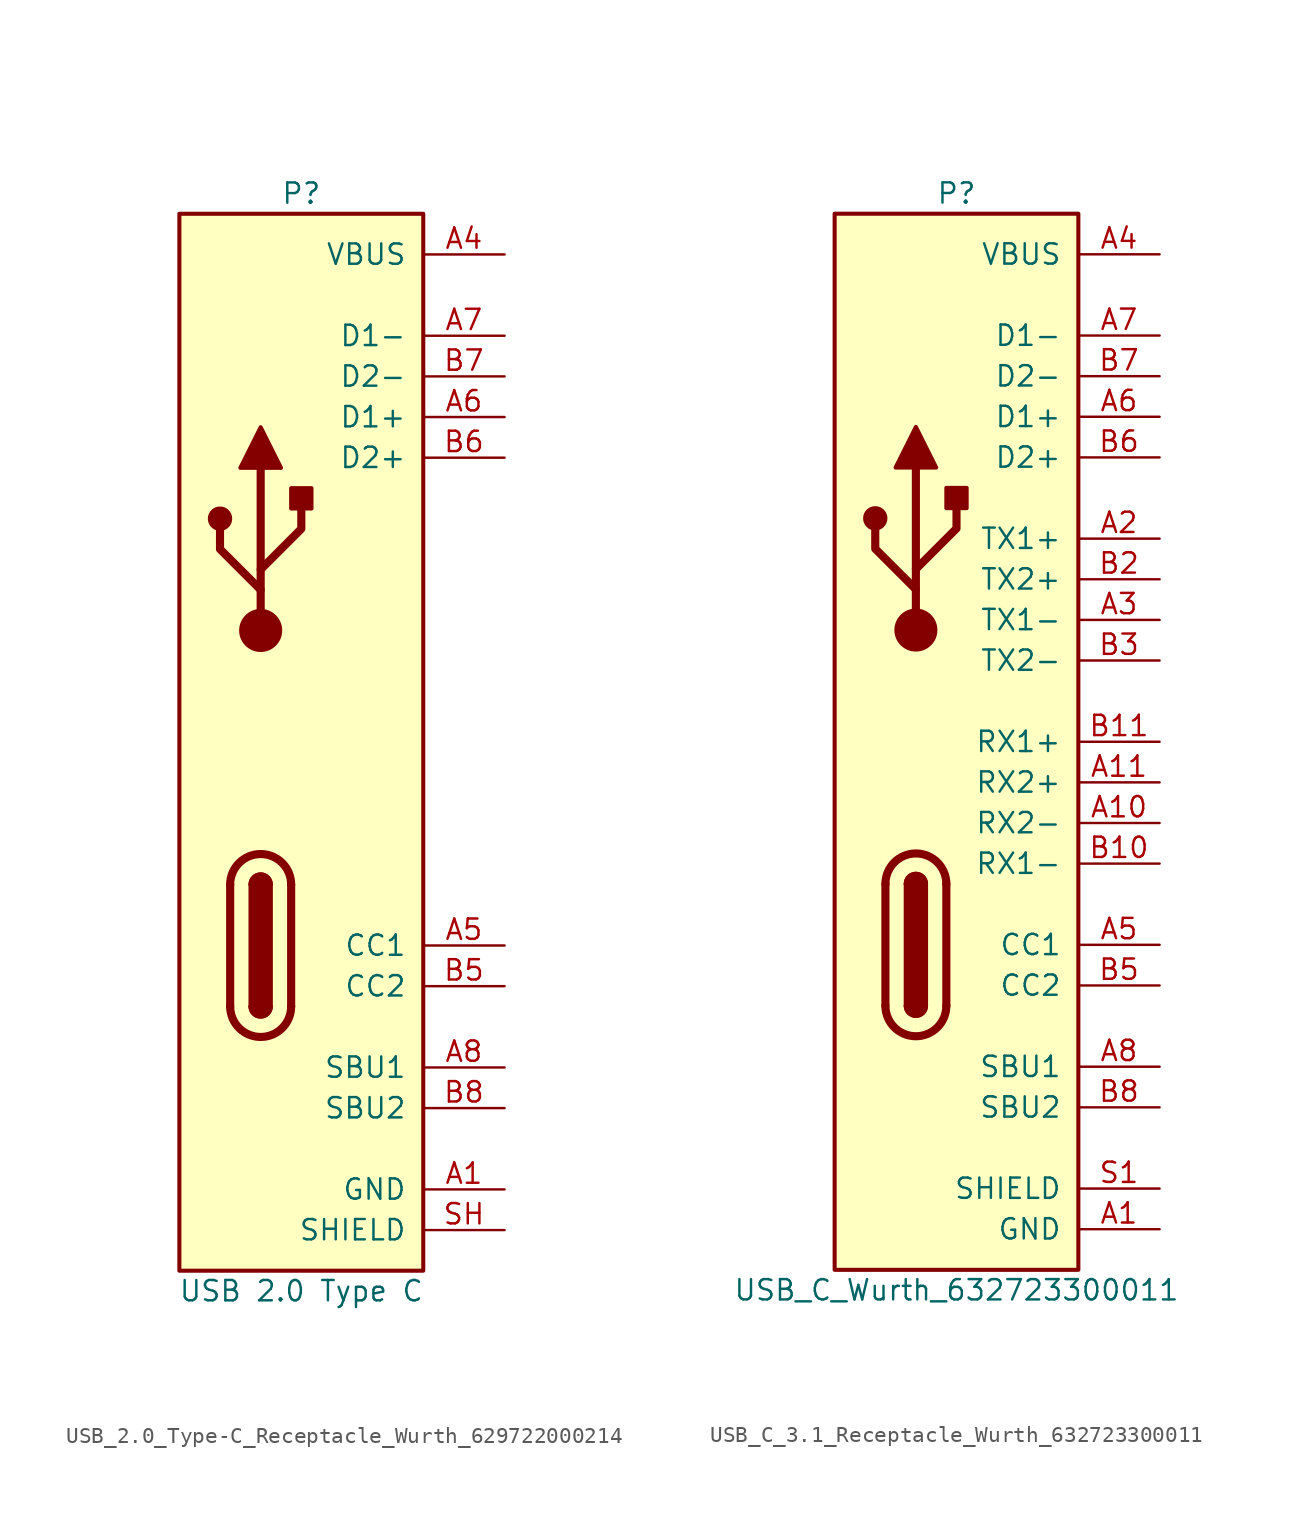
<source format=kicad_sym>
(kicad_symbol_lib
  (version 20220914)
  (generator kicad_symbol_editor)
  (symbol "USB_2.0_Type-C_Receptacle_Wurth_629722000214"
    (pin_names
      (offset 1.016))
    (property "Reference" "P"
      (at 0 34.29 0)
      (effects (font (size 1.27 1.27))))
    (property "Value" "USB 2.0 Type C"
      (at 0 -34.29 0)
      (effects (font (size 1.27 1.27))))
    (symbol "USB_2.0_Type-C_Receptacle_Wurth_629722000214_0_1"
      (arc (start -4.445 -16.51) (mid -2.54 -18.4067) (end -0.635 -16.51) (stroke (width 0.508) (type default)) (fill (type none)))
      (arc (start -3.175 -16.51) (mid -2.54 -17.1423) (end -1.905 -16.51) (stroke (width 0.254) (type default)) (fill (type none)))
      (arc (start -3.175 -16.51) (mid -2.54 -17.1423) (end -1.905 -16.51) (stroke (width 0.254) (type default)) (fill (type outline)))
      (rectangle (start -3.175 -16.51) (end -1.905 -8.89) (stroke (width 0.254) (type default)) (fill (type outline)))
      (arc (start -1.905 -8.89) (mid -2.54 -8.2577) (end -3.175 -8.89) (stroke (width 0.254) (type default)) (fill (type none)))
      (arc (start -1.905 -8.89) (mid -2.54 -8.2577) (end -3.175 -8.89) (stroke (width 0.254) (type default)) (fill (type outline)))
      (arc (start -0.635 -8.89) (mid -2.54 -6.9933) (end -4.445 -8.89) (stroke (width 0.508) (type default)) (fill (type none)))
      (polyline (pts (xy -4.445 -16.51) (xy -4.445 -8.89)) (stroke (width 0.508) (type default)) (fill (type none)))
      (polyline (pts (xy -0.635 -8.89) (xy -0.635 -16.51)) (stroke (width 0.508) (type default)) (fill (type none))))
    (symbol "USB_2.0_Type-C_Receptacle_Wurth_629722000214_1_1"
      (rectangle (start -7.62 33.02) (end 7.62 -33.02) (stroke (width 0.254) (type default)) (fill (type background)))
      (circle (center -5.08 13.97) (radius 0.635) (stroke (width 0.254) (type default)) (fill (type outline)))
      (circle (center -2.54 6.985) (radius 1.27) (stroke (width 0) (type default)) (fill (type outline)))
      (rectangle (start -0.635 14.605) (end 0.635 15.875) (stroke (width 0.254) (type default)) (fill (type outline)))
      (polyline (pts (xy -2.54 6.985) (xy -2.54 17.145)) (stroke (width 0.508) (type default)) (fill (type none)))
      (polyline (pts (xy -2.54 9.525) (xy -5.08 12.065) (xy -5.08 13.335)) (stroke (width 0.508) (type default)) (fill (type none)))
      (polyline (pts (xy -2.54 10.795) (xy 0 13.335) (xy 0 14.605)) (stroke (width 0.508) (type default)) (fill (type none)))
      (polyline (pts (xy -3.81 17.145) (xy -2.54 19.685) (xy -1.27 17.145) (xy -3.81 17.145)) (stroke (width 0.254) (type default)) (fill (type outline)))
      (pin power_in line (at 12.7 -27.94 180) (length 5.08) (name "GND" (effects (font (size 1.27 1.27)))) (number "A1" (effects (font (size 1.27 1.27)))))
      (pin power_in line (at 12.7 -27.94 180) (length 5.08) hide (name "GND" (effects (font (size 1.27 1.27)))) (number "A12" (effects (font (size 1.27 1.27)))))
      (pin power_in line (at 12.7 30.48 180) (length 5.08) (name "VBUS" (effects (font (size 1.27 1.27)))) (number "A4" (effects (font (size 1.27 1.27)))))
      (pin bidirectional line (at 12.7 -12.7 180) (length 5.08) (name "CC1" (effects (font (size 1.27 1.27)))) (number "A5" (effects (font (size 1.27 1.27)))))
      (pin bidirectional line (at 12.7 20.32 180) (length 5.08) (name "D1+" (effects (font (size 1.27 1.27)))) (number "A6" (effects (font (size 1.27 1.27)))))
      (pin bidirectional line (at 12.7 25.4 180) (length 5.08) (name "D1-" (effects (font (size 1.27 1.27)))) (number "A7" (effects (font (size 1.27 1.27)))))
      (pin bidirectional line (at 12.7 -20.32 180) (length 5.08) (name "SBU1" (effects (font (size 1.27 1.27)))) (number "A8" (effects (font (size 1.27 1.27)))))
      (pin power_in line (at 12.7 30.48 180) (length 5.08) hide (name "VBUS" (effects (font (size 1.27 1.27)))) (number "A9" (effects (font (size 1.27 1.27)))))
      (pin power_in line (at 12.7 -27.94 180) (length 5.08) hide (name "GND" (effects (font (size 1.27 1.27)))) (number "B1" (effects (font (size 1.27 1.27)))))
      (pin power_in line (at 12.7 -27.94 180) (length 5.08) hide (name "GND" (effects (font (size 1.27 1.27)))) (number "B12" (effects (font (size 1.27 1.27)))))
      (pin power_in line (at 12.7 30.48 180) (length 5.08) hide (name "VBUS" (effects (font (size 1.27 1.27)))) (number "B4" (effects (font (size 1.27 1.27)))))
      (pin bidirectional line (at 12.7 -15.24 180) (length 5.08) (name "CC2" (effects (font (size 1.27 1.27)))) (number "B5" (effects (font (size 1.27 1.27)))))
      (pin bidirectional line (at 12.7 17.78 180) (length 5.08) (name "D2+" (effects (font (size 1.27 1.27)))) (number "B6" (effects (font (size 1.27 1.27)))))
      (pin bidirectional line (at 12.7 22.86 180) (length 5.08) (name "D2-" (effects (font (size 1.27 1.27)))) (number "B7" (effects (font (size 1.27 1.27)))))
      (pin bidirectional line (at 12.7 -22.86 180) (length 5.08) (name "SBU2" (effects (font (size 1.27 1.27)))) (number "B8" (effects (font (size 1.27 1.27)))))
      (pin power_in line (at 12.7 30.48 180) (length 5.08) hide (name "VBUS" (effects (font (size 1.27 1.27)))) (number "B9" (effects (font (size 1.27 1.27)))))
      (pin passive line (at 12.7 -30.48 180) (length 5.08) (name "SHIELD" (effects (font (size 1.27 1.27)))) (number "SH" (effects (font (size 1.27 1.27)))))))
  (symbol "USB_C_3.1_Receptacle_Wurth_632723300011"
    (pin_names
      (offset 1.016))
    (property "Reference" "P"
      (at 0 34.29 0)
      (effects (font (size 1.27 1.27))))
    (property "Value" "USB_C_Wurth_632723300011"
      (at 0 -34.29 0)
      (effects (font (size 1.27 1.27))))
    (symbol "USB_C_3.1_Receptacle_Wurth_632723300011_0_1"
      (arc (start -4.445 -16.51) (mid -2.54 -18.4067) (end -0.635 -16.51) (stroke (width 0.508) (type default)) (fill (type none)))
      (arc (start -3.175 -16.51) (mid -2.54 -17.1423) (end -1.905 -16.51) (stroke (width 0.254) (type default)) (fill (type none)))
      (arc (start -3.175 -16.51) (mid -2.54 -17.1423) (end -1.905 -16.51) (stroke (width 0.254) (type default)) (fill (type outline)))
      (rectangle (start -3.175 -16.51) (end -1.905 -8.89) (stroke (width 0.254) (type default)) (fill (type outline)))
      (arc (start -1.905 -8.89) (mid -2.54 -8.2577) (end -3.175 -8.89) (stroke (width 0.254) (type default)) (fill (type none)))
      (arc (start -1.905 -8.89) (mid -2.54 -8.2577) (end -3.175 -8.89) (stroke (width 0.254) (type default)) (fill (type outline)))
      (arc (start -0.635 -8.89) (mid -2.54 -6.9933) (end -4.445 -8.89) (stroke (width 0.508) (type default)) (fill (type none)))
      (polyline (pts (xy -4.445 -16.51) (xy -4.445 -8.89)) (stroke (width 0.508) (type default)) (fill (type none)))
      (polyline (pts (xy -0.635 -8.89) (xy -0.635 -16.51)) (stroke (width 0.508) (type default)) (fill (type none))))
    (symbol "USB_C_3.1_Receptacle_Wurth_632723300011_1_1"
      (rectangle (start -7.62 33.02) (end 7.62 -33.02) (stroke (width 0.254) (type default)) (fill (type background)))
      (circle (center -5.08 13.97) (radius 0.635) (stroke (width 0.254) (type default)) (fill (type outline)))
      (circle (center -2.54 6.985) (radius 1.27) (stroke (width 0) (type default)) (fill (type outline)))
      (rectangle (start -0.635 14.605) (end 0.635 15.875) (stroke (width 0.254) (type default)) (fill (type outline)))
      (polyline (pts (xy -2.54 6.985) (xy -2.54 17.145)) (stroke (width 0.508) (type default)) (fill (type none)))
      (polyline (pts (xy -2.54 9.525) (xy -5.08 12.065) (xy -5.08 13.335)) (stroke (width 0.508) (type default)) (fill (type none)))
      (polyline (pts (xy -2.54 10.795) (xy 0 13.335) (xy 0 14.605)) (stroke (width 0.508) (type default)) (fill (type none)))
      (polyline (pts (xy -3.81 17.145) (xy -2.54 19.685) (xy -1.27 17.145) (xy -3.81 17.145)) (stroke (width 0.254) (type default)) (fill (type outline)))
      (pin power_in line (at 12.7 -30.48 180) (length 5.08) (name "GND" (effects (font (size 1.27 1.27)))) (number "A1" (effects (font (size 1.27 1.27)))))
      (pin bidirectional line (at 12.7 -5.08 180) (length 5.08) (name "RX2-" (effects (font (size 1.27 1.27)))) (number "A10" (effects (font (size 1.27 1.27)))))
      (pin bidirectional line (at 12.7 -2.54 180) (length 5.08) (name "RX2+" (effects (font (size 1.27 1.27)))) (number "A11" (effects (font (size 1.27 1.27)))))
      (pin power_in line (at 12.7 -30.48 180) (length 5.08) hide (name "GND" (effects (font (size 1.27 1.27)))) (number "A12" (effects (font (size 1.27 1.27)))))
      (pin bidirectional line (at 12.7 12.7 180) (length 5.08) (name "TX1+" (effects (font (size 1.27 1.27)))) (number "A2" (effects (font (size 1.27 1.27)))))
      (pin bidirectional line (at 12.7 7.62 180) (length 5.08) (name "TX1-" (effects (font (size 1.27 1.27)))) (number "A3" (effects (font (size 1.27 1.27)))))
      (pin power_in line (at 12.7 30.48 180) (length 5.08) (name "VBUS" (effects (font (size 1.27 1.27)))) (number "A4" (effects (font (size 1.27 1.27)))))
      (pin bidirectional line (at 12.7 -12.7 180) (length 5.08) (name "CC1" (effects (font (size 1.27 1.27)))) (number "A5" (effects (font (size 1.27 1.27)))))
      (pin bidirectional line (at 12.7 20.32 180) (length 5.08) (name "D1+" (effects (font (size 1.27 1.27)))) (number "A6" (effects (font (size 1.27 1.27)))))
      (pin bidirectional line (at 12.7 25.4 180) (length 5.08) (name "D1-" (effects (font (size 1.27 1.27)))) (number "A7" (effects (font (size 1.27 1.27)))))
      (pin bidirectional line (at 12.7 -20.32 180) (length 5.08) (name "SBU1" (effects (font (size 1.27 1.27)))) (number "A8" (effects (font (size 1.27 1.27)))))
      (pin power_in line (at 12.7 30.48 180) (length 5.08) hide (name "VBUS" (effects (font (size 1.27 1.27)))) (number "A9" (effects (font (size 1.27 1.27)))))
      (pin power_in line (at 12.7 -30.48 180) (length 5.08) hide (name "GND" (effects (font (size 1.27 1.27)))) (number "B1" (effects (font (size 1.27 1.27)))))
      (pin bidirectional line (at 12.7 -7.62 180) (length 5.08) (name "RX1-" (effects (font (size 1.27 1.27)))) (number "B10" (effects (font (size 1.27 1.27)))))
      (pin bidirectional line (at 12.7 0 180) (length 5.08) (name "RX1+" (effects (font (size 1.27 1.27)))) (number "B11" (effects (font (size 1.27 1.27)))))
      (pin power_in line (at 12.7 -30.48 180) (length 5.08) hide (name "GND" (effects (font (size 1.27 1.27)))) (number "B12" (effects (font (size 1.27 1.27)))))
      (pin bidirectional line (at 12.7 10.16 180) (length 5.08) (name "TX2+" (effects (font (size 1.27 1.27)))) (number "B2" (effects (font (size 1.27 1.27)))))
      (pin bidirectional line (at 12.7 5.08 180) (length 5.08) (name "TX2-" (effects (font (size 1.27 1.27)))) (number "B3" (effects (font (size 1.27 1.27)))))
      (pin power_in line (at 12.7 30.48 180) (length 5.08) hide (name "VBUS" (effects (font (size 1.27 1.27)))) (number "B4" (effects (font (size 1.27 1.27)))))
      (pin bidirectional line (at 12.7 -15.24 180) (length 5.08) (name "CC2" (effects (font (size 1.27 1.27)))) (number "B5" (effects (font (size 1.27 1.27)))))
      (pin bidirectional line (at 12.7 17.78 180) (length 5.08) (name "D2+" (effects (font (size 1.27 1.27)))) (number "B6" (effects (font (size 1.27 1.27)))))
      (pin bidirectional line (at 12.7 22.86 180) (length 5.08) (name "D2-" (effects (font (size 1.27 1.27)))) (number "B7" (effects (font (size 1.27 1.27)))))
      (pin bidirectional line (at 12.7 -22.86 180) (length 5.08) (name "SBU2" (effects (font (size 1.27 1.27)))) (number "B8" (effects (font (size 1.27 1.27)))))
      (pin power_in line (at 12.7 30.48 180) (length 5.08) hide (name "VBUS" (effects (font (size 1.27 1.27)))) (number "B9" (effects (font (size 1.27 1.27)))))
      (pin passive line (at 12.7 -27.94 180) (length 5.08) (name "SHIELD" (effects (font (size 1.27 1.27)))) (number "S1" (effects (font (size 1.27 1.27))))))))
</source>
